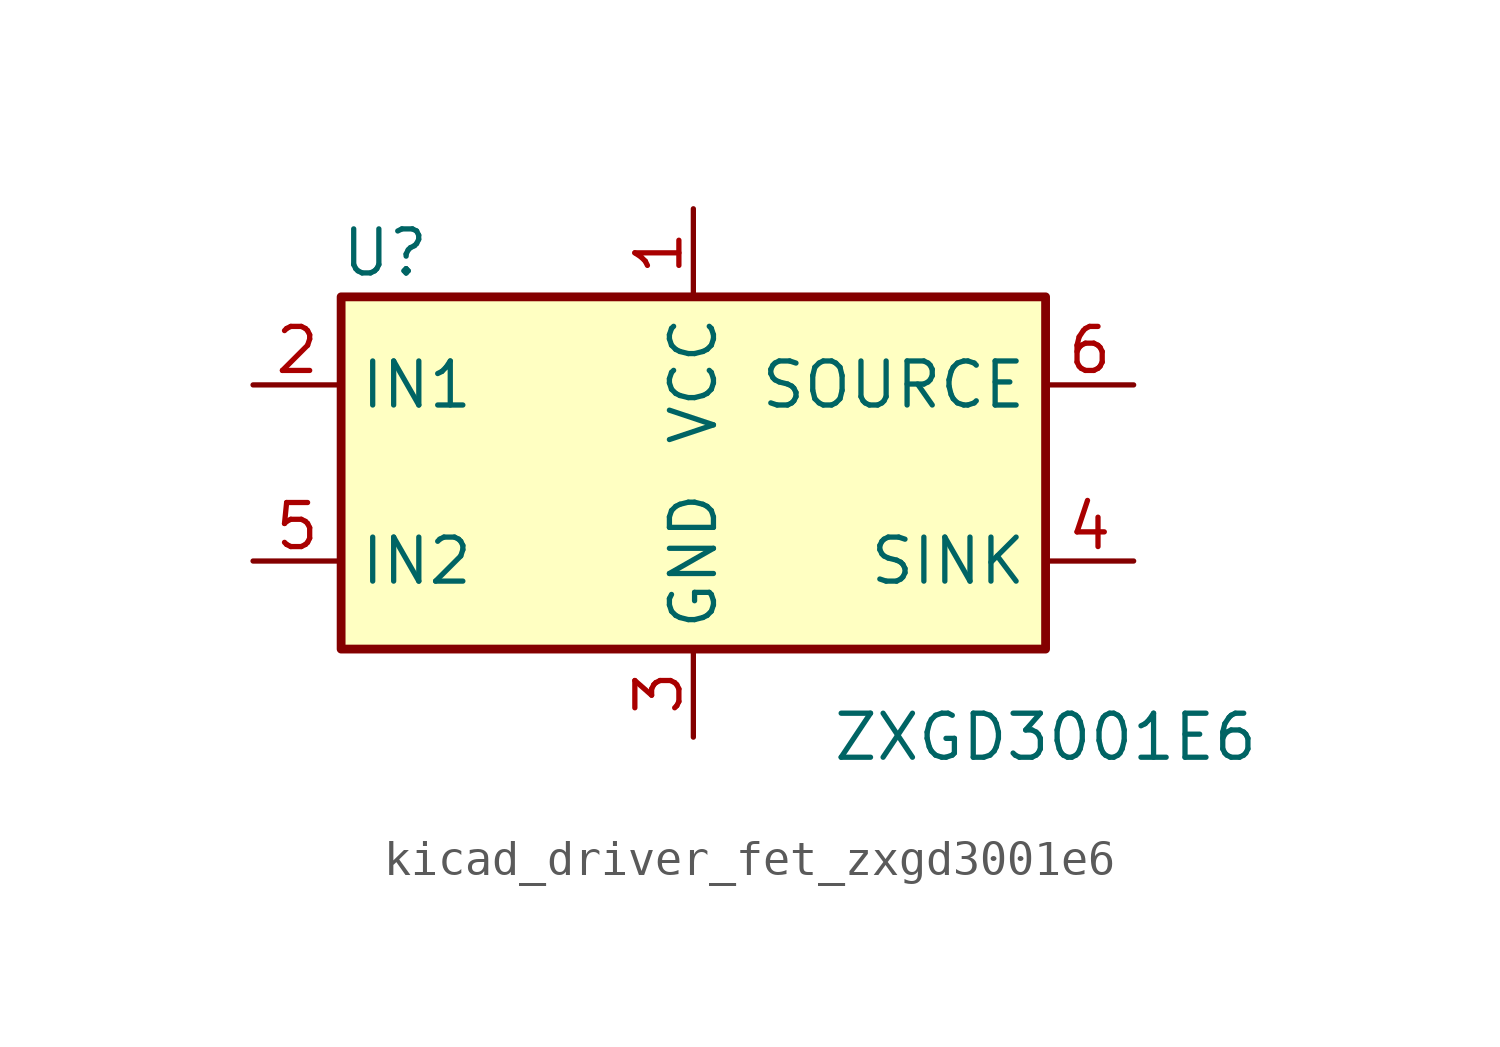
<source format=kicad_sym>
(kicad_symbol_lib
  (version 20220914)
  (generator kicad_symbol_editor)
  (symbol "kicad_driver_fet_zxgd3001e6"
    (property "Reference" "U"
      (at -8.89 6.35 0)
      (effects (font (size 1.27 1.27))))
    (property "Value" "ZXGD3001E6"
      (at 10.16 -7.62 0)
      (effects (font (size 1.27 1.27))))
    (symbol "kicad_driver_fet_zxgd3001e6_0_1"
      (rectangle (start -10.16 5.08) (end 10.16 -5.08) (stroke (width 0.254) (type default)) (fill (type background))))
    (symbol "kicad_driver_fet_zxgd3001e6_1_1"
      (pin power_in line (at 0 7.62 270) (length 2.54) (name "VCC" (effects (font (size 1.27 1.27)))) (number "1" (effects (font (size 1.27 1.27)))))
      (pin input line (at -12.7 2.54 0) (length 2.54) (name "IN1" (effects (font (size 1.27 1.27)))) (number "2" (effects (font (size 1.27 1.27)))))
      (pin power_in line (at 0 -7.62 90) (length 2.54) (name "GND" (effects (font (size 1.27 1.27)))) (number "3" (effects (font (size 1.27 1.27)))))
      (pin open_collector line (at 12.7 -2.54 180) (length 2.54) (name "SINK" (effects (font (size 1.27 1.27)))) (number "4" (effects (font (size 1.27 1.27)))))
      (pin input line (at -12.7 -2.54 0) (length 2.54) (name "IN2" (effects (font (size 1.27 1.27)))) (number "5" (effects (font (size 1.27 1.27)))))
      (pin open_emitter line (at 12.7 2.54 180) (length 2.54) (name "SOURCE" (effects (font (size 1.27 1.27)))) (number "6" (effects (font (size 1.27 1.27))))))))
</source>
